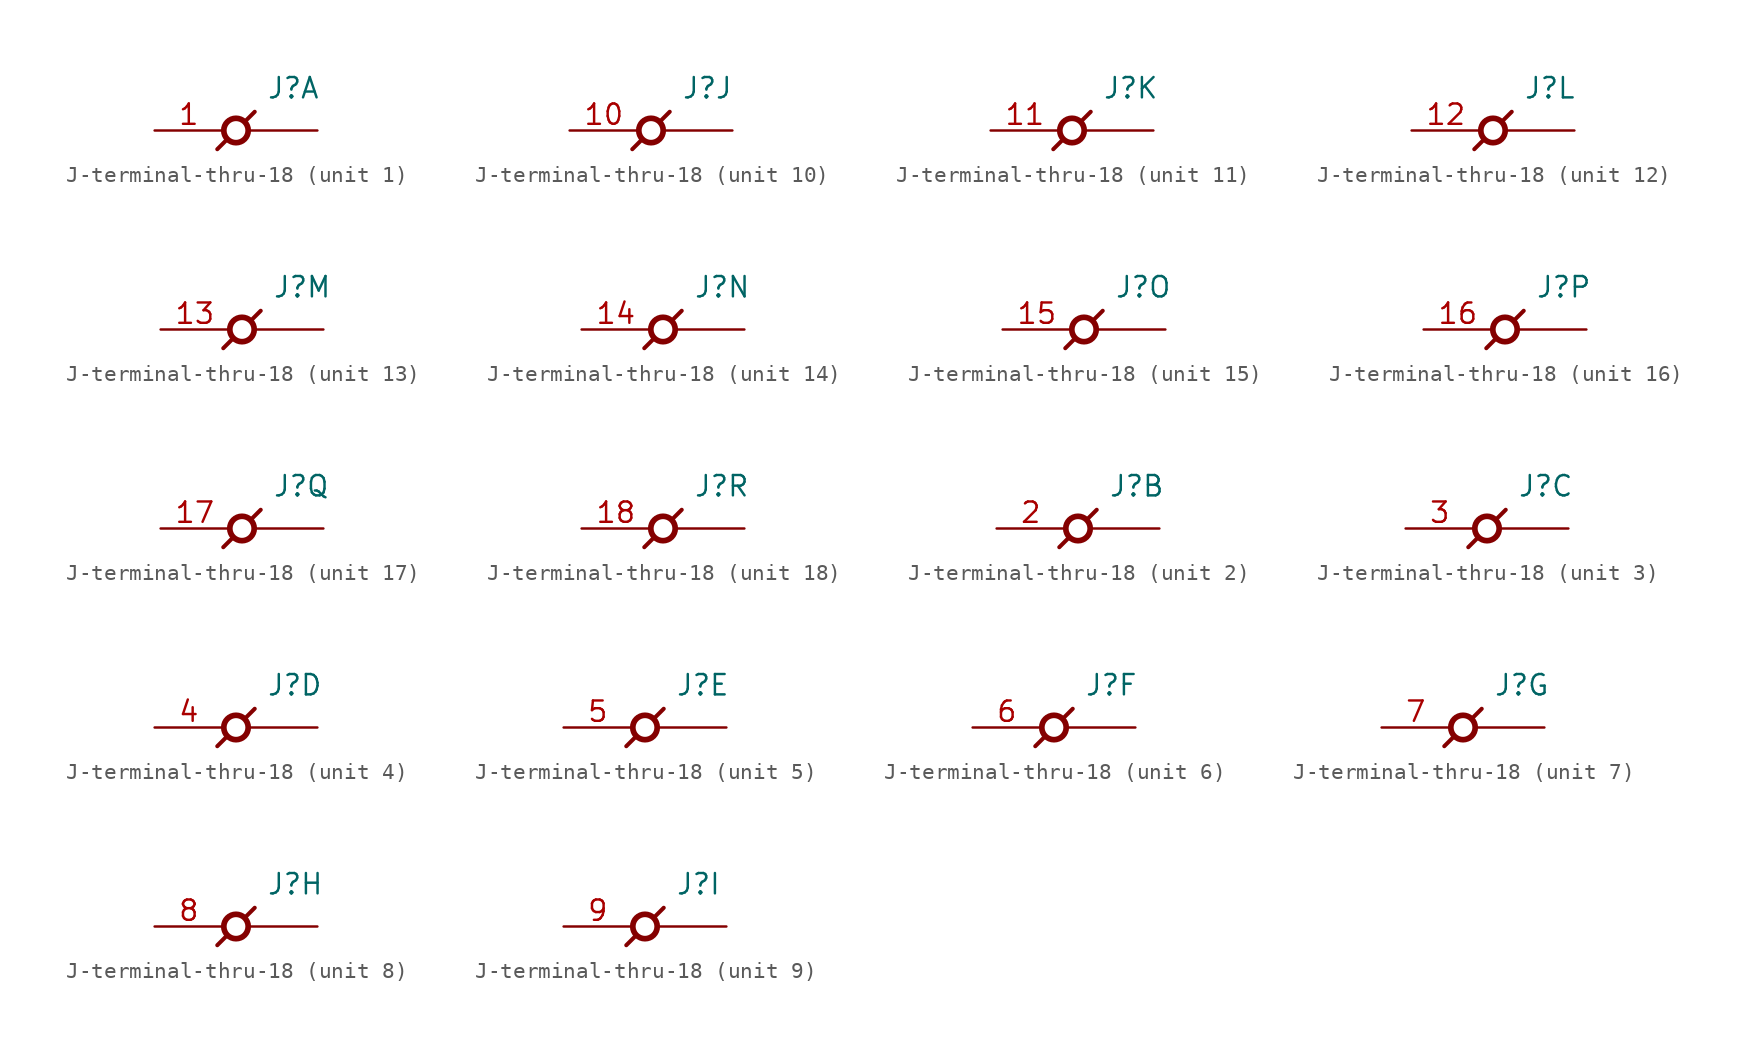
<source format=kicad_sym>
(kicad_symbol_lib
  (version 20211014)
  (generator kicad_symbol_editor)
  (symbol "J-terminal-thru-18"
    (pin_names
      (offset 0.635) hide)
    (property "Reference" "J"
      (at 1.905 1.905 0)
      (effects (font (size 1.27 1.27)) (justify left bottom)))
    (property "ki_locked" ""
      (at 0 0 0)
      (effects (font (size 1.27 1.27))))
    (symbol "J-terminal-thru-18_0_0"
      (polyline (pts (xy -0.584 -0.584) (xy -1.168 -1.168)) (stroke (width 0.254) (type default) (color 0 0 0 0)) (fill (type none)))
      (polyline (pts (xy 0.584 0.584) (xy 1.168 1.168)) (stroke (width 0.254) (type default) (color 0 0 0 0)) (fill (type none)))
      (circle (center 0 0) (radius 0.762) (stroke (width 0.356) (type default) (color 0 0 0 0)) (fill (type none))))
    (symbol "J-terminal-thru-18_1_1"
      (pin passive line (at -5.08 0 0) (length 4.267) (name "1" (effects (font (size 1.27 1.27)))) (number "1" (effects (font (size 1.27 1.27)))))
      (pin passive line (at 5.08 0 180) (length 4.267) (name "1" (effects (font (size 1.27 1.27)))) (number "1" (effects (font (size 0 0))))))
    (symbol "J-terminal-thru-18_2_1"
      (pin passive line (at -5.08 0 0) (length 4.267) (name "2" (effects (font (size 1.27 1.27)))) (number "2" (effects (font (size 1.27 1.27)))))
      (pin passive line (at 5.08 0 180) (length 4.267) (name "2" (effects (font (size 1.27 1.27)))) (number "2" (effects (font (size 0 0))))))
    (symbol "J-terminal-thru-18_3_1"
      (pin passive line (at -5.08 0 0) (length 4.267) (name "3" (effects (font (size 1.27 1.27)))) (number "3" (effects (font (size 1.27 1.27)))))
      (pin passive line (at 5.08 0 180) (length 4.267) (name "3" (effects (font (size 1.27 1.27)))) (number "3" (effects (font (size 0 0))))))
    (symbol "J-terminal-thru-18_4_1"
      (pin passive line (at -5.08 0 0) (length 4.267) (name "4" (effects (font (size 1.27 1.27)))) (number "4" (effects (font (size 1.27 1.27)))))
      (pin passive line (at 5.08 0 180) (length 4.267) (name "4" (effects (font (size 1.27 1.27)))) (number "4" (effects (font (size 0 0))))))
    (symbol "J-terminal-thru-18_5_1"
      (pin passive line (at -5.08 0 0) (length 4.267) (name "5" (effects (font (size 1.27 1.27)))) (number "5" (effects (font (size 1.27 1.27)))))
      (pin passive line (at 5.08 0 180) (length 4.267) (name "5" (effects (font (size 1.27 1.27)))) (number "5" (effects (font (size 0 0))))))
    (symbol "J-terminal-thru-18_6_1"
      (pin passive line (at -5.08 0 0) (length 4.267) (name "6" (effects (font (size 1.27 1.27)))) (number "6" (effects (font (size 1.27 1.27)))))
      (pin passive line (at 5.08 0 180) (length 4.267) (name "6" (effects (font (size 1.27 1.27)))) (number "6" (effects (font (size 0 0))))))
    (symbol "J-terminal-thru-18_7_1"
      (pin passive line (at -5.08 0 0) (length 4.267) (name "7" (effects (font (size 1.27 1.27)))) (number "7" (effects (font (size 1.27 1.27)))))
      (pin passive line (at 5.08 0 180) (length 4.267) (name "7" (effects (font (size 1.27 1.27)))) (number "7" (effects (font (size 0 0))))))
    (symbol "J-terminal-thru-18_8_1"
      (pin passive line (at -5.08 0 0) (length 4.267) (name "8" (effects (font (size 1.27 1.27)))) (number "8" (effects (font (size 1.27 1.27)))))
      (pin passive line (at 5.08 0 180) (length 4.267) (name "8" (effects (font (size 1.27 1.27)))) (number "8" (effects (font (size 0 0))))))
    (symbol "J-terminal-thru-18_9_1"
      (pin passive line (at -5.08 0 0) (length 4.267) (name "9" (effects (font (size 1.27 1.27)))) (number "9" (effects (font (size 1.27 1.27)))))
      (pin passive line (at 5.08 0 180) (length 4.267) (name "9" (effects (font (size 1.27 1.27)))) (number "9" (effects (font (size 0 0))))))
    (symbol "J-terminal-thru-18_10_1"
      (pin passive line (at -5.08 0 0) (length 4.267) (name "10" (effects (font (size 1.27 1.27)))) (number "10" (effects (font (size 1.27 1.27)))))
      (pin passive line (at 5.08 0 180) (length 4.267) (name "10" (effects (font (size 1.27 1.27)))) (number "10" (effects (font (size 0 0))))))
    (symbol "J-terminal-thru-18_11_1"
      (pin passive line (at -5.08 0 0) (length 4.267) (name "11" (effects (font (size 1.27 1.27)))) (number "11" (effects (font (size 1.27 1.27)))))
      (pin passive line (at 5.08 0 180) (length 4.267) (name "11" (effects (font (size 1.27 1.27)))) (number "11" (effects (font (size 0 0))))))
    (symbol "J-terminal-thru-18_12_1"
      (pin passive line (at -5.08 0 0) (length 4.267) (name "12" (effects (font (size 1.27 1.27)))) (number "12" (effects (font (size 1.27 1.27)))))
      (pin passive line (at 5.08 0 180) (length 4.267) (name "12" (effects (font (size 1.27 1.27)))) (number "12" (effects (font (size 0 0))))))
    (symbol "J-terminal-thru-18_13_1"
      (pin passive line (at -5.08 0 0) (length 4.267) (name "13" (effects (font (size 1.27 1.27)))) (number "13" (effects (font (size 1.27 1.27)))))
      (pin passive line (at 5.08 0 180) (length 4.267) (name "13" (effects (font (size 1.27 1.27)))) (number "13" (effects (font (size 0 0))))))
    (symbol "J-terminal-thru-18_14_1"
      (pin passive line (at -5.08 0 0) (length 4.267) (name "14" (effects (font (size 1.27 1.27)))) (number "14" (effects (font (size 1.27 1.27)))))
      (pin passive line (at 5.08 0 180) (length 4.267) (name "e14" (effects (font (size 1.27 1.27)))) (number "14" (effects (font (size 0 0))))))
    (symbol "J-terminal-thru-18_15_1"
      (pin passive line (at -5.08 0 0) (length 4.267) (name "15" (effects (font (size 1.27 1.27)))) (number "15" (effects (font (size 1.27 1.27)))))
      (pin passive line (at 5.08 0 180) (length 4.267) (name "15" (effects (font (size 1.27 1.27)))) (number "15" (effects (font (size 0 0))))))
    (symbol "J-terminal-thru-18_16_1"
      (pin passive line (at -5.08 0 0) (length 4.267) (name "16" (effects (font (size 1.27 1.27)))) (number "16" (effects (font (size 1.27 1.27)))))
      (pin passive line (at 5.08 0 180) (length 4.267) (name "16" (effects (font (size 1.27 1.27)))) (number "16" (effects (font (size 0 0))))))
    (symbol "J-terminal-thru-18_17_1"
      (pin passive line (at -5.08 0 0) (length 4.267) (name "17" (effects (font (size 1.27 1.27)))) (number "17" (effects (font (size 1.27 1.27)))))
      (pin passive line (at 5.08 0 180) (length 4.267) (name "17" (effects (font (size 1.27 1.27)))) (number "17" (effects (font (size 0 0))))))
    (symbol "J-terminal-thru-18_18_1"
      (pin passive line (at -5.08 0 0) (length 4.267) (name "18" (effects (font (size 1.27 1.27)))) (number "18" (effects (font (size 1.27 1.27)))))
      (pin passive line (at 5.08 0 180) (length 4.267) (name "18" (effects (font (size 1.27 1.27)))) (number "18" (effects (font (size 0 0))))))))
</source>
